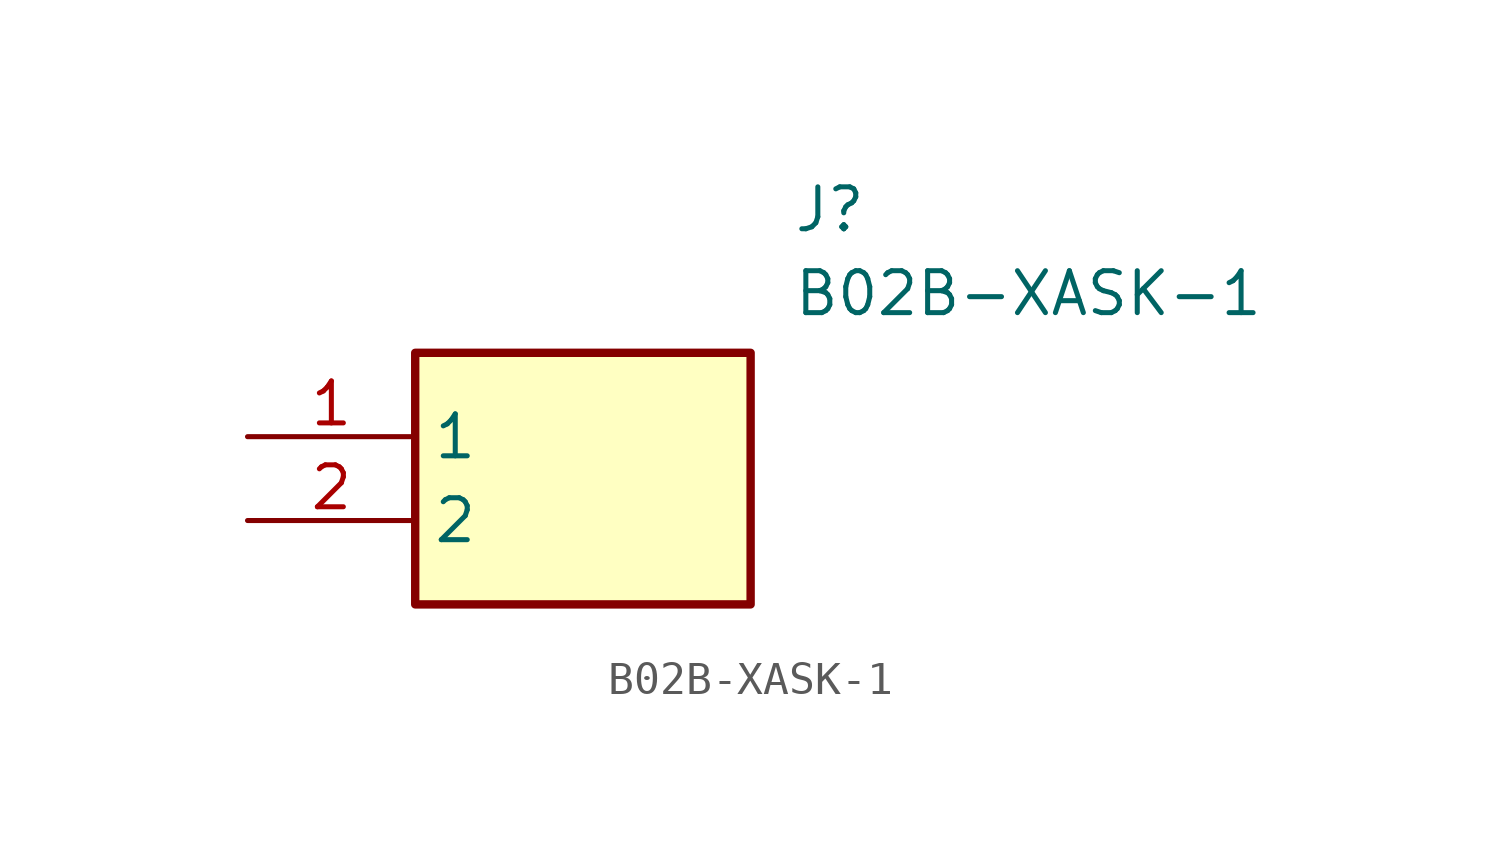
<source format=kicad_sym>
(kicad_symbol_lib
  (version 20211014)
  (generator SamacSys_ECAD_Model)
  (symbol "B02B-XASK-1"
    (property "Reference" "J"
      (at 16.51 7.62 0)
      (effects (font (size 1.27 1.27)) (justify left top)))
    (property "Value" "B02B-XASK-1"
      (at 16.51 5.08 0)
      (effects (font (size 1.27 1.27)) (justify left top)))
    (rectangle
      (start 5.08 2.54)
      (end 15.24 -5.08)
      (stroke (width 0.254) (type default))
      (fill (type background)))
    (pin passive line
      (at 0 0 0)
      (length 5.08)
      (name "1" (effects (font (size 1.27 1.27))))
      (number "1" (effects (font (size 1.27 1.27)))))
    (pin passive line
      (at 0 -2.54 0)
      (length 5.08)
      (name "2" (effects (font (size 1.27 1.27))))
      (number "2" (effects (font (size 1.27 1.27)))))))
</source>
